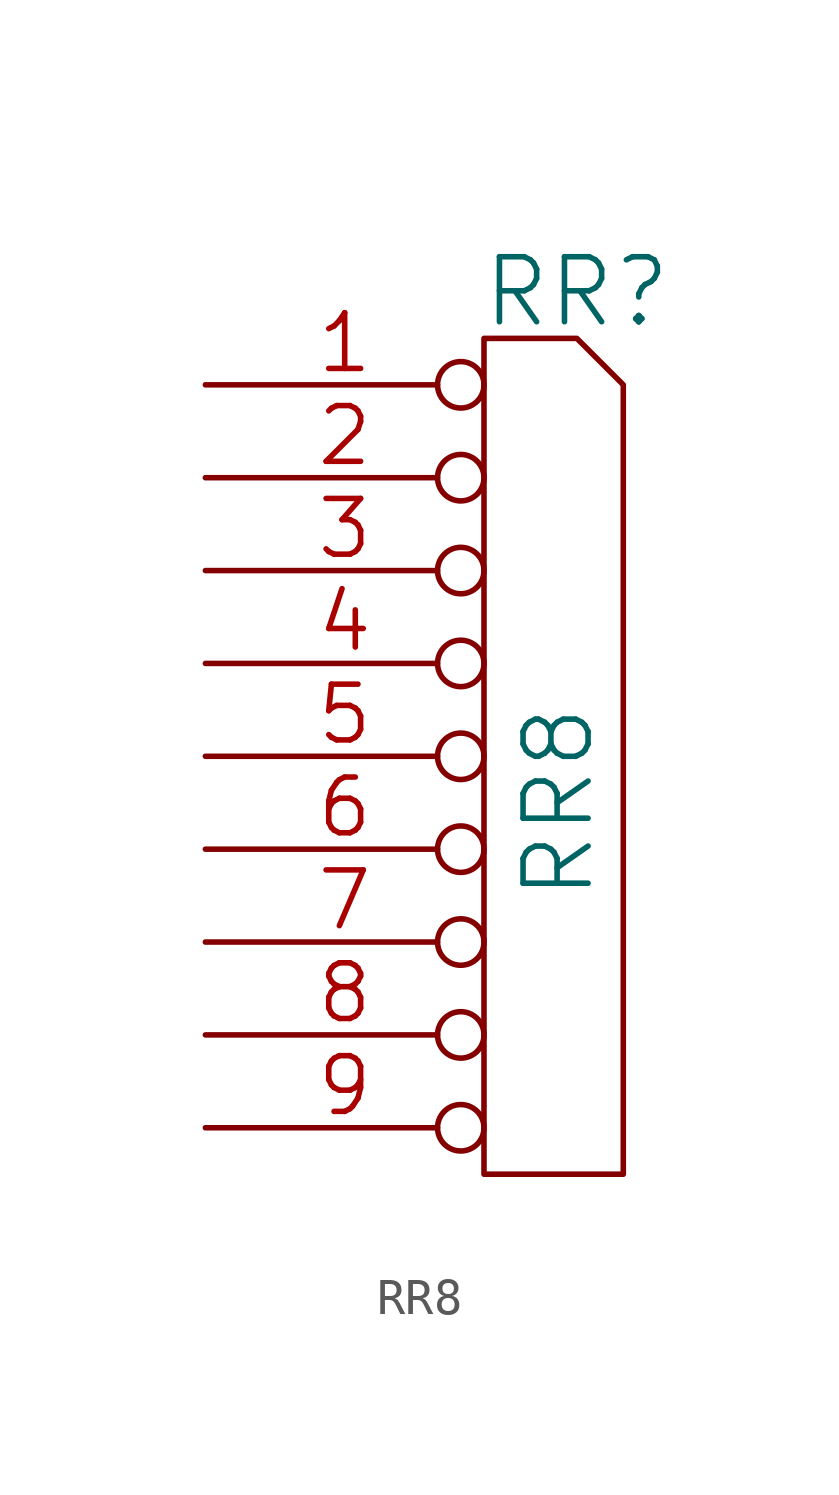
<source format=kicad_sym>
(kicad_symbol_lib
  (version 20220102)
  (generator kicad_symbol_editor)
  (symbol "RR8"
    (pin_names hide)
    (property "Reference" "RR"
      (at 1.27 13.97 0)
      (effects (font (size 1.778 1.778))))
    (property "Value" "RR8"
      (at 0.762 0 90)
      (effects (font (size 1.778 1.778))))
    (property "Footprint" ""
      (at 0 0 0)
      (effects (font (size 1.524 1.524))))
    (property "Datasheet" ""
      (at 0 0 0)
      (effects (font (size 1.524 1.524))))
    (symbol "RR8_0_1"
      (polyline (pts (xy -1.27 -10.16) (xy -1.27 12.7) (xy 1.27 12.7) (xy 2.54 11.43) (xy 2.54 -10.16) (xy -1.27 -10.16)) (stroke (width 0) (type default)) (fill (type none))))
    (symbol "RR8_1_1"
      (pin passive inverted (at -8.89 11.43 0) (length 7.62) (name "COM" (effects (font (size 1.524 1.524)))) (number "1" (effects (font (size 1.524 1.524)))))
      (pin passive inverted (at -8.89 8.89 0) (length 7.62) (name "2" (effects (font (size 1.524 1.524)))) (number "2" (effects (font (size 1.524 1.524)))))
      (pin passive inverted (at -8.89 6.35 0) (length 7.62) (name "3" (effects (font (size 1.524 1.524)))) (number "3" (effects (font (size 1.524 1.524)))))
      (pin passive inverted (at -8.89 3.81 0) (length 7.62) (name "4" (effects (font (size 1.524 1.524)))) (number "4" (effects (font (size 1.524 1.524)))))
      (pin passive inverted (at -8.89 1.27 0) (length 7.62) (name "5" (effects (font (size 1.524 1.524)))) (number "5" (effects (font (size 1.524 1.524)))))
      (pin passive inverted (at -8.89 -1.27 0) (length 7.62) (name "6" (effects (font (size 1.524 1.524)))) (number "6" (effects (font (size 1.524 1.524)))))
      (pin passive inverted (at -8.89 -3.81 0) (length 7.62) (name "7" (effects (font (size 1.524 1.524)))) (number "7" (effects (font (size 1.524 1.524)))))
      (pin passive inverted (at -8.89 -6.35 0) (length 7.62) (name "8" (effects (font (size 1.524 1.524)))) (number "8" (effects (font (size 1.524 1.524)))))
      (pin passive inverted (at -8.89 -8.89 0) (length 7.62) (name "9" (effects (font (size 1.524 1.524)))) (number "9" (effects (font (size 1.524 1.524))))))))
</source>
